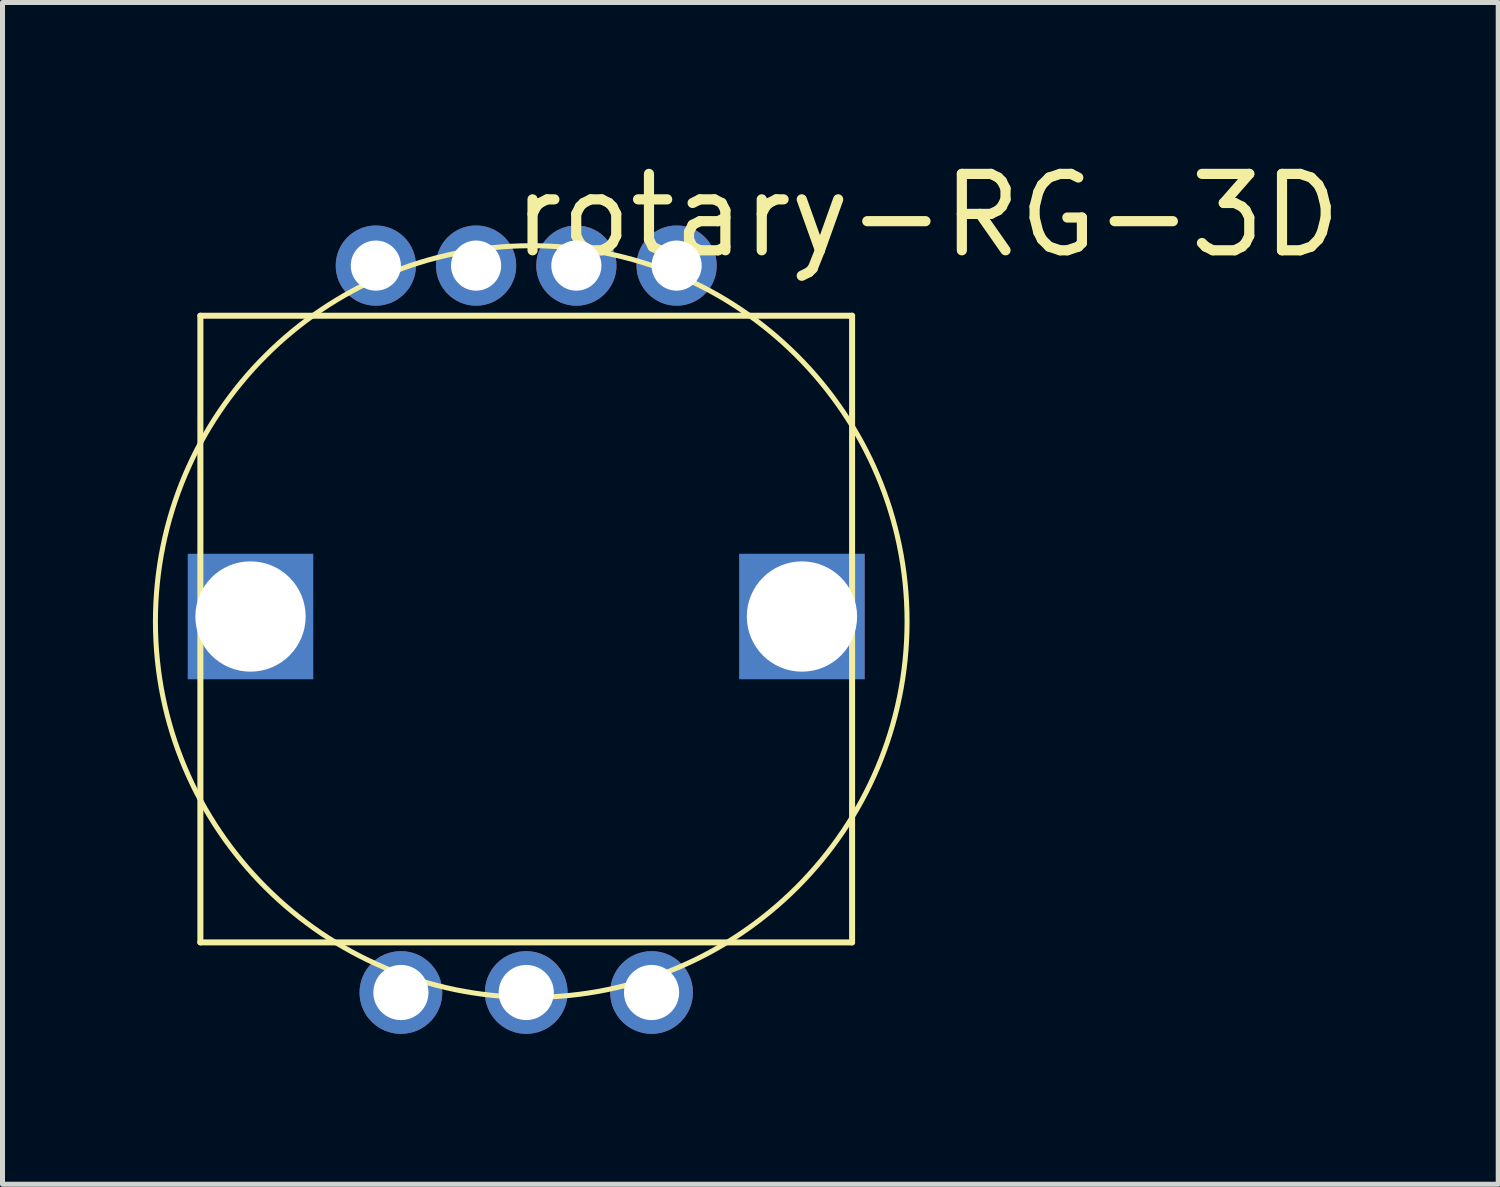
<source format=kicad_pcb>
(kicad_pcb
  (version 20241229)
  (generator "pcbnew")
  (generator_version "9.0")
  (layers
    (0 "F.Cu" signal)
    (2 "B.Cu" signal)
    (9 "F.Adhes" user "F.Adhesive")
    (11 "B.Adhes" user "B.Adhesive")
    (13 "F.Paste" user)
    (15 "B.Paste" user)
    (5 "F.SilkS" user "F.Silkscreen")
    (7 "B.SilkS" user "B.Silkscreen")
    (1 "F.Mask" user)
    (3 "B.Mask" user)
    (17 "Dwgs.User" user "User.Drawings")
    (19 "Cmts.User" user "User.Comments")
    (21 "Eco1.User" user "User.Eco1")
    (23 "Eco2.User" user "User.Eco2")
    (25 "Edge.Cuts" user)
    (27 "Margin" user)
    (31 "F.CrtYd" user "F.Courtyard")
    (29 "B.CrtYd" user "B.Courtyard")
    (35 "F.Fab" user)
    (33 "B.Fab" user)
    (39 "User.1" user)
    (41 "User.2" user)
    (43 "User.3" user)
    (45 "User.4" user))
  (footprint "rotary-RG-3D"
    (layer "F.Cu")
    (at 10.447 2.248)
    (property "Reference" "rotary-RG-3D" (at 5 -1 0) (layer "F.SilkS") (effects (font (size 1.524 1.524) (thickness 0.203))))
    (attr through_hole)
    (fp_line (start -9.5 1) (end 3.5 1) (stroke (width 0.12) (type solid)) (layer "F.SilkS"))
    (fp_line (start -9.5 13.5) (end -9.5 1) (stroke (width 0.12) (type solid)) (layer "F.SilkS"))
    (fp_line (start 3.5 1) (end 3.5 13.5) (stroke (width 0.12) (type solid)) (layer "F.SilkS"))
    (fp_line (start 3.5 13.5) (end -9.5 13.5) (stroke (width 0.12) (type solid)) (layer "F.SilkS"))
    (fp_circle (center -2.9 7.1) (end -8.3 12.3) (stroke (width 0.1) (type default)) (fill no) (layer "F.SilkS"))
    (pad "1" thru_hole circle (at 0 0) (size 1.6 1.6) (drill 1) (layers "*.Cu" "*.Mask"))
    (pad "2" thru_hole circle (at -2 0) (size 1.6 1.6) (drill 1) (layers "*.Cu" "*.Mask"))
    (pad "3" thru_hole circle (at -4 0) (size 1.6 1.6) (drill 1) (layers "*.Cu" "*.Mask"))
    (pad "4" thru_hole circle (at -6 0) (size 1.6 1.6) (drill 1) (layers "*.Cu" "*.Mask"))
    (pad "A" thru_hole circle (at -5.5 14.5) (size 1.65 1.65) (drill 1.1) (layers "*.Cu" "*.Mask"))
    (pad "B" thru_hole circle (at -0.5 14.5) (size 1.65 1.65) (drill 1.1) (layers "*.Cu" "*.Mask"))
    (pad "C" thru_hole circle (at -3 14.5) (size 1.65 1.65) (drill 1.1) (layers "*.Cu" "*.Mask"))
    (pad "X" thru_hole rect (at -8.5 7) (size 2.5 2.5) (drill 2.2) (layers "*.Cu" "*.Mask"))
    (pad "Y" thru_hole rect (at 2.5 7) (size 2.5 2.5) (drill 2.2) (layers "*.Cu" "*.Mask")))
  (gr_rect
    (start -3 -3)
    (end 26.836 20.573)
    (stroke (width 0.1) (type default))
    (fill no)
    (layer "Edge.Cuts")))
</source>
